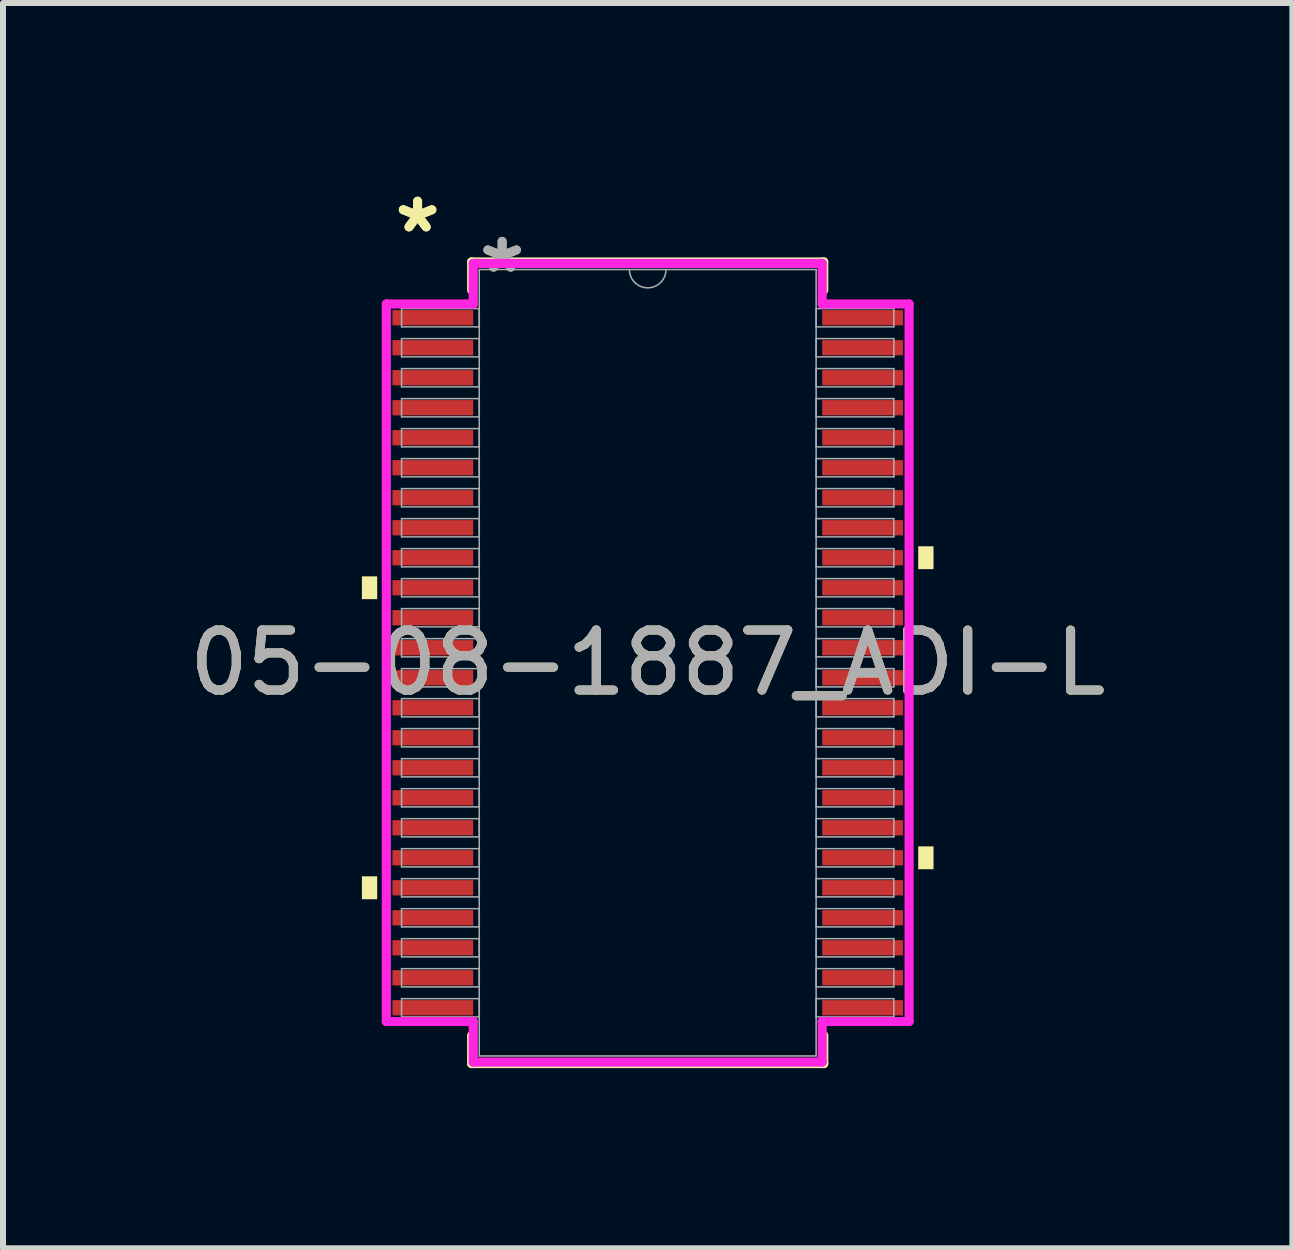
<source format=kicad_pcb>
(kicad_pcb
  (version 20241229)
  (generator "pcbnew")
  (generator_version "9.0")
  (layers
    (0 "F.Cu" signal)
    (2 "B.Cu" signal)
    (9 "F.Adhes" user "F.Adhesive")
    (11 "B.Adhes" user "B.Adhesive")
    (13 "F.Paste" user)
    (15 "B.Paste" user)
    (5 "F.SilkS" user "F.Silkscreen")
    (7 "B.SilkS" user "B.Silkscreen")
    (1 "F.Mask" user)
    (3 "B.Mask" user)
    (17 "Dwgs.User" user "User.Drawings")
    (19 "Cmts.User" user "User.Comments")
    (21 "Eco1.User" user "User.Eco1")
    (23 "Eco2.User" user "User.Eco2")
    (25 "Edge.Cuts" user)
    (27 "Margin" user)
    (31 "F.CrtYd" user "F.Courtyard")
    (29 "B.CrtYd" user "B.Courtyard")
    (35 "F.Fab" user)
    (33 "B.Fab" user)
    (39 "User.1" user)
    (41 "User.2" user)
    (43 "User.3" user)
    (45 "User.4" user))
  (footprint "05-08-1887_ADI-L"
    (layer "F.Cu")
    (at 7.744 7.995)
    (property "Reference" "05-08-1887_ADI-L" (at 0 0 0) (unlocked yes) (layer "F.SilkS") (effects (font (size 1 1) (thickness 0.15))))
    (attr smd)
    (fp_line (start -2.934 -6.68) (end -2.934 -6.21) (stroke (width 0.152) (type solid)) (layer "F.SilkS"))
    (fp_line (start -2.934 6.21) (end -2.934 6.68) (stroke (width 0.152) (type solid)) (layer "F.SilkS"))
    (fp_line (start -2.934 6.68) (end 2.934 6.68) (stroke (width 0.152) (type solid)) (layer "F.SilkS"))
    (fp_line (start 2.934 -6.68) (end -2.934 -6.68) (stroke (width 0.152) (type solid)) (layer "F.SilkS"))
    (fp_line (start 2.934 -6.21) (end 2.934 -6.68) (stroke (width 0.152) (type solid)) (layer "F.SilkS"))
    (fp_line (start 2.934 6.68) (end 2.934 6.21) (stroke (width 0.152) (type solid)) (layer "F.SilkS"))
    (fp_poly (pts (xy -4.763 -1.44) (xy -4.763 -1.06) (xy -4.508 -1.06) (xy -4.508 -1.44)) (stroke (width 0) (type solid)) (fill yes) (layer "F.SilkS"))
    (fp_poly (pts (xy -4.763 3.559) (xy -4.763 3.941) (xy -4.508 3.941) (xy -4.508 3.559)) (stroke (width 0) (type solid)) (fill yes) (layer "F.SilkS"))
    (fp_poly (pts (xy 4.763 -1.941) (xy 4.763 -1.56) (xy 4.508 -1.56) (xy 4.508 -1.941)) (stroke (width 0) (type solid)) (fill yes) (layer "F.SilkS"))
    (fp_poly (pts (xy 4.763 3.06) (xy 4.763 3.441) (xy 4.508 3.441) (xy 4.508 3.06)) (stroke (width 0) (type solid)) (fill yes) (layer "F.SilkS"))
    (fp_line (start -4.356 -5.979) (end -2.908 -5.979) (stroke (width 0.152) (type solid)) (layer "F.CrtYd"))
    (fp_line (start -4.356 5.979) (end -4.356 -5.979) (stroke (width 0.152) (type solid)) (layer "F.CrtYd"))
    (fp_line (start -4.356 5.979) (end -2.908 5.979) (stroke (width 0.152) (type solid)) (layer "F.CrtYd"))
    (fp_line (start -2.908 -6.655) (end 2.908 -6.655) (stroke (width 0.152) (type solid)) (layer "F.CrtYd"))
    (fp_line (start -2.908 -5.979) (end -2.908 -6.655) (stroke (width 0.152) (type solid)) (layer "F.CrtYd"))
    (fp_line (start -2.908 6.655) (end -2.908 5.979) (stroke (width 0.152) (type solid)) (layer "F.CrtYd"))
    (fp_line (start 2.908 -6.655) (end 2.908 -5.979) (stroke (width 0.152) (type solid)) (layer "F.CrtYd"))
    (fp_line (start 2.908 5.979) (end 2.908 6.655) (stroke (width 0.152) (type solid)) (layer "F.CrtYd"))
    (fp_line (start 2.908 6.655) (end -2.908 6.655) (stroke (width 0.152) (type solid)) (layer "F.CrtYd"))
    (fp_line (start 4.356 -5.979) (end 2.908 -5.979) (stroke (width 0.152) (type solid)) (layer "F.CrtYd"))
    (fp_line (start 4.356 -5.979) (end 4.356 5.979) (stroke (width 0.152) (type solid)) (layer "F.CrtYd"))
    (fp_line (start 4.356 5.979) (end 2.908 5.979) (stroke (width 0.152) (type solid)) (layer "F.CrtYd"))
    (fp_line (start -4.102 -5.902) (end -4.102 -5.598) (stroke (width 0.025) (type solid)) (layer "F.Fab"))
    (fp_line (start -4.102 -5.598) (end -2.807 -5.598) (stroke (width 0.025) (type solid)) (layer "F.Fab"))
    (fp_line (start -4.102 -5.402) (end -4.102 -5.098) (stroke (width 0.025) (type solid)) (layer "F.Fab"))
    (fp_line (start -4.102 -5.098) (end -2.807 -5.098) (stroke (width 0.025) (type solid)) (layer "F.Fab"))
    (fp_line (start -4.102 -4.902) (end -4.102 -4.598) (stroke (width 0.025) (type solid)) (layer "F.Fab"))
    (fp_line (start -4.102 -4.598) (end -2.807 -4.598) (stroke (width 0.025) (type solid)) (layer "F.Fab"))
    (fp_line (start -4.102 -4.402) (end -4.102 -4.098) (stroke (width 0.025) (type solid)) (layer "F.Fab"))
    (fp_line (start -4.102 -4.098) (end -2.807 -4.098) (stroke (width 0.025) (type solid)) (layer "F.Fab"))
    (fp_line (start -4.102 -3.902) (end -4.102 -3.598) (stroke (width 0.025) (type solid)) (layer "F.Fab"))
    (fp_line (start -4.102 -3.598) (end -2.807 -3.598) (stroke (width 0.025) (type solid)) (layer "F.Fab"))
    (fp_line (start -4.102 -3.402) (end -4.102 -3.098) (stroke (width 0.025) (type solid)) (layer "F.Fab"))
    (fp_line (start -4.102 -3.098) (end -2.807 -3.098) (stroke (width 0.025) (type solid)) (layer "F.Fab"))
    (fp_line (start -4.102 -2.902) (end -4.102 -2.598) (stroke (width 0.025) (type solid)) (layer "F.Fab"))
    (fp_line (start -4.102 -2.598) (end -2.807 -2.598) (stroke (width 0.025) (type solid)) (layer "F.Fab"))
    (fp_line (start -4.102 -2.402) (end -4.102 -2.098) (stroke (width 0.025) (type solid)) (layer "F.Fab"))
    (fp_line (start -4.102 -2.098) (end -2.807 -2.098) (stroke (width 0.025) (type solid)) (layer "F.Fab"))
    (fp_line (start -4.102 -1.902) (end -4.102 -1.598) (stroke (width 0.025) (type solid)) (layer "F.Fab"))
    (fp_line (start -4.102 -1.598) (end -2.807 -1.598) (stroke (width 0.025) (type solid)) (layer "F.Fab"))
    (fp_line (start -4.102 -1.402) (end -4.102 -1.098) (stroke (width 0.025) (type solid)) (layer "F.Fab"))
    (fp_line (start -4.102 -1.098) (end -2.807 -1.098) (stroke (width 0.025) (type solid)) (layer "F.Fab"))
    (fp_line (start -4.102 -0.902) (end -4.102 -0.598) (stroke (width 0.025) (type solid)) (layer "F.Fab"))
    (fp_line (start -4.102 -0.598) (end -2.807 -0.598) (stroke (width 0.025) (type solid)) (layer "F.Fab"))
    (fp_line (start -4.102 -0.402) (end -4.102 -0.098) (stroke (width 0.025) (type solid)) (layer "F.Fab"))
    (fp_line (start -4.102 -0.098) (end -2.807 -0.098) (stroke (width 0.025) (type solid)) (layer "F.Fab"))
    (fp_line (start -4.102 0.098) (end -4.102 0.402) (stroke (width 0.025) (type solid)) (layer "F.Fab"))
    (fp_line (start -4.102 0.402) (end -2.807 0.402) (stroke (width 0.025) (type solid)) (layer "F.Fab"))
    (fp_line (start -4.102 0.598) (end -4.102 0.902) (stroke (width 0.025) (type solid)) (layer "F.Fab"))
    (fp_line (start -4.102 0.902) (end -2.807 0.902) (stroke (width 0.025) (type solid)) (layer "F.Fab"))
    (fp_line (start -4.102 1.098) (end -4.102 1.402) (stroke (width 0.025) (type solid)) (layer "F.Fab"))
    (fp_line (start -4.102 1.402) (end -2.807 1.402) (stroke (width 0.025) (type solid)) (layer "F.Fab"))
    (fp_line (start -4.102 1.598) (end -4.102 1.902) (stroke (width 0.025) (type solid)) (layer "F.Fab"))
    (fp_line (start -4.102 1.902) (end -2.807 1.902) (stroke (width 0.025) (type solid)) (layer "F.Fab"))
    (fp_line (start -4.102 2.098) (end -4.102 2.402) (stroke (width 0.025) (type solid)) (layer "F.Fab"))
    (fp_line (start -4.102 2.402) (end -2.807 2.402) (stroke (width 0.025) (type solid)) (layer "F.Fab"))
    (fp_line (start -4.102 2.598) (end -4.102 2.902) (stroke (width 0.025) (type solid)) (layer "F.Fab"))
    (fp_line (start -4.102 2.902) (end -2.807 2.902) (stroke (width 0.025) (type solid)) (layer "F.Fab"))
    (fp_line (start -4.102 3.098) (end -4.102 3.402) (stroke (width 0.025) (type solid)) (layer "F.Fab"))
    (fp_line (start -4.102 3.402) (end -2.807 3.402) (stroke (width 0.025) (type solid)) (layer "F.Fab"))
    (fp_line (start -4.102 3.598) (end -4.102 3.902) (stroke (width 0.025) (type solid)) (layer "F.Fab"))
    (fp_line (start -4.102 3.902) (end -2.807 3.902) (stroke (width 0.025) (type solid)) (layer "F.Fab"))
    (fp_line (start -4.102 4.098) (end -4.102 4.402) (stroke (width 0.025) (type solid)) (layer "F.Fab"))
    (fp_line (start -4.102 4.402) (end -2.807 4.402) (stroke (width 0.025) (type solid)) (layer "F.Fab"))
    (fp_line (start -4.102 4.598) (end -4.102 4.902) (stroke (width 0.025) (type solid)) (layer "F.Fab"))
    (fp_line (start -4.102 4.902) (end -2.807 4.902) (stroke (width 0.025) (type solid)) (layer "F.Fab"))
    (fp_line (start -4.102 5.098) (end -4.102 5.402) (stroke (width 0.025) (type solid)) (layer "F.Fab"))
    (fp_line (start -4.102 5.402) (end -2.807 5.402) (stroke (width 0.025) (type solid)) (layer "F.Fab"))
    (fp_line (start -4.102 5.598) (end -4.102 5.902) (stroke (width 0.025) (type solid)) (layer "F.Fab"))
    (fp_line (start -4.102 5.902) (end -2.807 5.902) (stroke (width 0.025) (type solid)) (layer "F.Fab"))
    (fp_line (start -2.807 -6.553) (end -2.807 6.553) (stroke (width 0.025) (type solid)) (layer "F.Fab"))
    (fp_line (start -2.807 -5.902) (end -4.102 -5.902) (stroke (width 0.025) (type solid)) (layer "F.Fab"))
    (fp_line (start -2.807 -5.598) (end -2.807 -5.902) (stroke (width 0.025) (type solid)) (layer "F.Fab"))
    (fp_line (start -2.807 -5.402) (end -4.102 -5.402) (stroke (width 0.025) (type solid)) (layer "F.Fab"))
    (fp_line (start -2.807 -5.098) (end -2.807 -5.402) (stroke (width 0.025) (type solid)) (layer "F.Fab"))
    (fp_line (start -2.807 -4.902) (end -4.102 -4.902) (stroke (width 0.025) (type solid)) (layer "F.Fab"))
    (fp_line (start -2.807 -4.598) (end -2.807 -4.902) (stroke (width 0.025) (type solid)) (layer "F.Fab"))
    (fp_line (start -2.807 -4.402) (end -4.102 -4.402) (stroke (width 0.025) (type solid)) (layer "F.Fab"))
    (fp_line (start -2.807 -4.098) (end -2.807 -4.402) (stroke (width 0.025) (type solid)) (layer "F.Fab"))
    (fp_line (start -2.807 -3.902) (end -4.102 -3.902) (stroke (width 0.025) (type solid)) (layer "F.Fab"))
    (fp_line (start -2.807 -3.598) (end -2.807 -3.902) (stroke (width 0.025) (type solid)) (layer "F.Fab"))
    (fp_line (start -2.807 -3.402) (end -4.102 -3.402) (stroke (width 0.025) (type solid)) (layer "F.Fab"))
    (fp_line (start -2.807 -3.098) (end -2.807 -3.402) (stroke (width 0.025) (type solid)) (layer "F.Fab"))
    (fp_line (start -2.807 -2.902) (end -4.102 -2.902) (stroke (width 0.025) (type solid)) (layer "F.Fab"))
    (fp_line (start -2.807 -2.598) (end -2.807 -2.902) (stroke (width 0.025) (type solid)) (layer "F.Fab"))
    (fp_line (start -2.807 -2.402) (end -4.102 -2.402) (stroke (width 0.025) (type solid)) (layer "F.Fab"))
    (fp_line (start -2.807 -2.098) (end -2.807 -2.402) (stroke (width 0.025) (type solid)) (layer "F.Fab"))
    (fp_line (start -2.807 -1.902) (end -4.102 -1.902) (stroke (width 0.025) (type solid)) (layer "F.Fab"))
    (fp_line (start -2.807 -1.598) (end -2.807 -1.902) (stroke (width 0.025) (type solid)) (layer "F.Fab"))
    (fp_line (start -2.807 -1.402) (end -4.102 -1.402) (stroke (width 0.025) (type solid)) (layer "F.Fab"))
    (fp_line (start -2.807 -1.098) (end -2.807 -1.402) (stroke (width 0.025) (type solid)) (layer "F.Fab"))
    (fp_line (start -2.807 -0.902) (end -4.102 -0.902) (stroke (width 0.025) (type solid)) (layer "F.Fab"))
    (fp_line (start -2.807 -0.598) (end -2.807 -0.902) (stroke (width 0.025) (type solid)) (layer "F.Fab"))
    (fp_line (start -2.807 -0.402) (end -4.102 -0.402) (stroke (width 0.025) (type solid)) (layer "F.Fab"))
    (fp_line (start -2.807 -0.098) (end -2.807 -0.402) (stroke (width 0.025) (type solid)) (layer "F.Fab"))
    (fp_line (start -2.807 0.098) (end -4.102 0.098) (stroke (width 0.025) (type solid)) (layer "F.Fab"))
    (fp_line (start -2.807 0.402) (end -2.807 0.098) (stroke (width 0.025) (type solid)) (layer "F.Fab"))
    (fp_line (start -2.807 0.598) (end -4.102 0.598) (stroke (width 0.025) (type solid)) (layer "F.Fab"))
    (fp_line (start -2.807 0.902) (end -2.807 0.598) (stroke (width 0.025) (type solid)) (layer "F.Fab"))
    (fp_line (start -2.807 1.098) (end -4.102 1.098) (stroke (width 0.025) (type solid)) (layer "F.Fab"))
    (fp_line (start -2.807 1.402) (end -2.807 1.098) (stroke (width 0.025) (type solid)) (layer "F.Fab"))
    (fp_line (start -2.807 1.598) (end -4.102 1.598) (stroke (width 0.025) (type solid)) (layer "F.Fab"))
    (fp_line (start -2.807 1.902) (end -2.807 1.598) (stroke (width 0.025) (type solid)) (layer "F.Fab"))
    (fp_line (start -2.807 2.098) (end -4.102 2.098) (stroke (width 0.025) (type solid)) (layer "F.Fab"))
    (fp_line (start -2.807 2.402) (end -2.807 2.098) (stroke (width 0.025) (type solid)) (layer "F.Fab"))
    (fp_line (start -2.807 2.598) (end -4.102 2.598) (stroke (width 0.025) (type solid)) (layer "F.Fab"))
    (fp_line (start -2.807 2.902) (end -2.807 2.598) (stroke (width 0.025) (type solid)) (layer "F.Fab"))
    (fp_line (start -2.807 3.098) (end -4.102 3.098) (stroke (width 0.025) (type solid)) (layer "F.Fab"))
    (fp_line (start -2.807 3.402) (end -2.807 3.098) (stroke (width 0.025) (type solid)) (layer "F.Fab"))
    (fp_line (start -2.807 3.598) (end -4.102 3.598) (stroke (width 0.025) (type solid)) (layer "F.Fab"))
    (fp_line (start -2.807 3.902) (end -2.807 3.598) (stroke (width 0.025) (type solid)) (layer "F.Fab"))
    (fp_line (start -2.807 4.098) (end -4.102 4.098) (stroke (width 0.025) (type solid)) (layer "F.Fab"))
    (fp_line (start -2.807 4.402) (end -2.807 4.098) (stroke (width 0.025) (type solid)) (layer "F.Fab"))
    (fp_line (start -2.807 4.598) (end -4.102 4.598) (stroke (width 0.025) (type solid)) (layer "F.Fab"))
    (fp_line (start -2.807 4.902) (end -2.807 4.598) (stroke (width 0.025) (type solid)) (layer "F.Fab"))
    (fp_line (start -2.807 5.098) (end -4.102 5.098) (stroke (width 0.025) (type solid)) (layer "F.Fab"))
    (fp_line (start -2.807 5.402) (end -2.807 5.098) (stroke (width 0.025) (type solid)) (layer "F.Fab"))
    (fp_line (start -2.807 5.598) (end -4.102 5.598) (stroke (width 0.025) (type solid)) (layer "F.Fab"))
    (fp_line (start -2.807 5.902) (end -2.807 5.598) (stroke (width 0.025) (type solid)) (layer "F.Fab"))
    (fp_line (start -2.807 6.553) (end 2.807 6.553) (stroke (width 0.025) (type solid)) (layer "F.Fab"))
    (fp_line (start 2.807 -6.553) (end -2.807 -6.553) (stroke (width 0.025) (type solid)) (layer "F.Fab"))
    (fp_line (start 2.807 -5.902) (end 2.807 -5.598) (stroke (width 0.025) (type solid)) (layer "F.Fab"))
    (fp_line (start 2.807 -5.598) (end 4.102 -5.598) (stroke (width 0.025) (type solid)) (layer "F.Fab"))
    (fp_line (start 2.807 -5.402) (end 2.807 -5.098) (stroke (width 0.025) (type solid)) (layer "F.Fab"))
    (fp_line (start 2.807 -5.098) (end 4.102 -5.098) (stroke (width 0.025) (type solid)) (layer "F.Fab"))
    (fp_line (start 2.807 -4.902) (end 2.807 -4.598) (stroke (width 0.025) (type solid)) (layer "F.Fab"))
    (fp_line (start 2.807 -4.598) (end 4.102 -4.598) (stroke (width 0.025) (type solid)) (layer "F.Fab"))
    (fp_line (start 2.807 -4.402) (end 2.807 -4.098) (stroke (width 0.025) (type solid)) (layer "F.Fab"))
    (fp_line (start 2.807 -4.098) (end 4.102 -4.098) (stroke (width 0.025) (type solid)) (layer "F.Fab"))
    (fp_line (start 2.807 -3.902) (end 2.807 -3.598) (stroke (width 0.025) (type solid)) (layer "F.Fab"))
    (fp_line (start 2.807 -3.598) (end 4.102 -3.598) (stroke (width 0.025) (type solid)) (layer "F.Fab"))
    (fp_line (start 2.807 -3.402) (end 2.807 -3.098) (stroke (width 0.025) (type solid)) (layer "F.Fab"))
    (fp_line (start 2.807 -3.098) (end 4.102 -3.098) (stroke (width 0.025) (type solid)) (layer "F.Fab"))
    (fp_line (start 2.807 -2.902) (end 2.807 -2.598) (stroke (width 0.025) (type solid)) (layer "F.Fab"))
    (fp_line (start 2.807 -2.598) (end 4.102 -2.598) (stroke (width 0.025) (type solid)) (layer "F.Fab"))
    (fp_line (start 2.807 -2.402) (end 2.807 -2.098) (stroke (width 0.025) (type solid)) (layer "F.Fab"))
    (fp_line (start 2.807 -2.098) (end 4.102 -2.098) (stroke (width 0.025) (type solid)) (layer "F.Fab"))
    (fp_line (start 2.807 -1.902) (end 2.807 -1.598) (stroke (width 0.025) (type solid)) (layer "F.Fab"))
    (fp_line (start 2.807 -1.598) (end 4.102 -1.598) (stroke (width 0.025) (type solid)) (layer "F.Fab"))
    (fp_line (start 2.807 -1.402) (end 2.807 -1.098) (stroke (width 0.025) (type solid)) (layer "F.Fab"))
    (fp_line (start 2.807 -1.098) (end 4.102 -1.098) (stroke (width 0.025) (type solid)) (layer "F.Fab"))
    (fp_line (start 2.807 -0.902) (end 2.807 -0.598) (stroke (width 0.025) (type solid)) (layer "F.Fab"))
    (fp_line (start 2.807 -0.598) (end 4.102 -0.598) (stroke (width 0.025) (type solid)) (layer "F.Fab"))
    (fp_line (start 2.807 -0.402) (end 2.807 -0.098) (stroke (width 0.025) (type solid)) (layer "F.Fab"))
    (fp_line (start 2.807 -0.098) (end 4.102 -0.098) (stroke (width 0.025) (type solid)) (layer "F.Fab"))
    (fp_line (start 2.807 0.098) (end 2.807 0.402) (stroke (width 0.025) (type solid)) (layer "F.Fab"))
    (fp_line (start 2.807 0.402) (end 4.102 0.402) (stroke (width 0.025) (type solid)) (layer "F.Fab"))
    (fp_line (start 2.807 0.598) (end 2.807 0.902) (stroke (width 0.025) (type solid)) (layer "F.Fab"))
    (fp_line (start 2.807 0.902) (end 4.102 0.902) (stroke (width 0.025) (type solid)) (layer "F.Fab"))
    (fp_line (start 2.807 1.098) (end 2.807 1.402) (stroke (width 0.025) (type solid)) (layer "F.Fab"))
    (fp_line (start 2.807 1.402) (end 4.102 1.402) (stroke (width 0.025) (type solid)) (layer "F.Fab"))
    (fp_line (start 2.807 1.598) (end 2.807 1.902) (stroke (width 0.025) (type solid)) (layer "F.Fab"))
    (fp_line (start 2.807 1.902) (end 4.102 1.902) (stroke (width 0.025) (type solid)) (layer "F.Fab"))
    (fp_line (start 2.807 2.098) (end 2.807 2.402) (stroke (width 0.025) (type solid)) (layer "F.Fab"))
    (fp_line (start 2.807 2.402) (end 4.102 2.402) (stroke (width 0.025) (type solid)) (layer "F.Fab"))
    (fp_line (start 2.807 2.598) (end 2.807 2.902) (stroke (width 0.025) (type solid)) (layer "F.Fab"))
    (fp_line (start 2.807 2.902) (end 4.102 2.902) (stroke (width 0.025) (type solid)) (layer "F.Fab"))
    (fp_line (start 2.807 3.098) (end 2.807 3.402) (stroke (width 0.025) (type solid)) (layer "F.Fab"))
    (fp_line (start 2.807 3.402) (end 4.102 3.402) (stroke (width 0.025) (type solid)) (layer "F.Fab"))
    (fp_line (start 2.807 3.598) (end 2.807 3.902) (stroke (width 0.025) (type solid)) (layer "F.Fab"))
    (fp_line (start 2.807 3.902) (end 4.102 3.902) (stroke (width 0.025) (type solid)) (layer "F.Fab"))
    (fp_line (start 2.807 4.098) (end 2.807 4.402) (stroke (width 0.025) (type solid)) (layer "F.Fab"))
    (fp_line (start 2.807 4.402) (end 4.102 4.402) (stroke (width 0.025) (type solid)) (layer "F.Fab"))
    (fp_line (start 2.807 4.598) (end 2.807 4.902) (stroke (width 0.025) (type solid)) (layer "F.Fab"))
    (fp_line (start 2.807 4.902) (end 4.102 4.902) (stroke (width 0.025) (type solid)) (layer "F.Fab"))
    (fp_line (start 2.807 5.098) (end 2.807 5.402) (stroke (width 0.025) (type solid)) (layer "F.Fab"))
    (fp_line (start 2.807 5.402) (end 4.102 5.402) (stroke (width 0.025) (type solid)) (layer "F.Fab"))
    (fp_line (start 2.807 5.598) (end 2.807 5.902) (stroke (width 0.025) (type solid)) (layer "F.Fab"))
    (fp_line (start 2.807 5.902) (end 4.102 5.902) (stroke (width 0.025) (type solid)) (layer "F.Fab"))
    (fp_line (start 2.807 6.553) (end 2.807 -6.553) (stroke (width 0.025) (type solid)) (layer "F.Fab"))
    (fp_line (start 4.102 -5.902) (end 2.807 -5.902) (stroke (width 0.025) (type solid)) (layer "F.Fab"))
    (fp_line (start 4.102 -5.598) (end 4.102 -5.902) (stroke (width 0.025) (type solid)) (layer "F.Fab"))
    (fp_line (start 4.102 -5.402) (end 2.807 -5.402) (stroke (width 0.025) (type solid)) (layer "F.Fab"))
    (fp_line (start 4.102 -5.098) (end 4.102 -5.402) (stroke (width 0.025) (type solid)) (layer "F.Fab"))
    (fp_line (start 4.102 -4.902) (end 2.807 -4.902) (stroke (width 0.025) (type solid)) (layer "F.Fab"))
    (fp_line (start 4.102 -4.598) (end 4.102 -4.902) (stroke (width 0.025) (type solid)) (layer "F.Fab"))
    (fp_line (start 4.102 -4.402) (end 2.807 -4.402) (stroke (width 0.025) (type solid)) (layer "F.Fab"))
    (fp_line (start 4.102 -4.098) (end 4.102 -4.402) (stroke (width 0.025) (type solid)) (layer "F.Fab"))
    (fp_line (start 4.102 -3.902) (end 2.807 -3.902) (stroke (width 0.025) (type solid)) (layer "F.Fab"))
    (fp_line (start 4.102 -3.598) (end 4.102 -3.902) (stroke (width 0.025) (type solid)) (layer "F.Fab"))
    (fp_line (start 4.102 -3.402) (end 2.807 -3.402) (stroke (width 0.025) (type solid)) (layer "F.Fab"))
    (fp_line (start 4.102 -3.098) (end 4.102 -3.402) (stroke (width 0.025) (type solid)) (layer "F.Fab"))
    (fp_line (start 4.102 -2.902) (end 2.807 -2.902) (stroke (width 0.025) (type solid)) (layer "F.Fab"))
    (fp_line (start 4.102 -2.598) (end 4.102 -2.902) (stroke (width 0.025) (type solid)) (layer "F.Fab"))
    (fp_line (start 4.102 -2.402) (end 2.807 -2.402) (stroke (width 0.025) (type solid)) (layer "F.Fab"))
    (fp_line (start 4.102 -2.098) (end 4.102 -2.402) (stroke (width 0.025) (type solid)) (layer "F.Fab"))
    (fp_line (start 4.102 -1.902) (end 2.807 -1.902) (stroke (width 0.025) (type solid)) (layer "F.Fab"))
    (fp_line (start 4.102 -1.598) (end 4.102 -1.902) (stroke (width 0.025) (type solid)) (layer "F.Fab"))
    (fp_line (start 4.102 -1.402) (end 2.807 -1.402) (stroke (width 0.025) (type solid)) (layer "F.Fab"))
    (fp_line (start 4.102 -1.098) (end 4.102 -1.402) (stroke (width 0.025) (type solid)) (layer "F.Fab"))
    (fp_line (start 4.102 -0.902) (end 2.807 -0.902) (stroke (width 0.025) (type solid)) (layer "F.Fab"))
    (fp_line (start 4.102 -0.598) (end 4.102 -0.902) (stroke (width 0.025) (type solid)) (layer "F.Fab"))
    (fp_line (start 4.102 -0.402) (end 2.807 -0.402) (stroke (width 0.025) (type solid)) (layer "F.Fab"))
    (fp_line (start 4.102 -0.098) (end 4.102 -0.402) (stroke (width 0.025) (type solid)) (layer "F.Fab"))
    (fp_line (start 4.102 0.098) (end 2.807 0.098) (stroke (width 0.025) (type solid)) (layer "F.Fab"))
    (fp_line (start 4.102 0.402) (end 4.102 0.098) (stroke (width 0.025) (type solid)) (layer "F.Fab"))
    (fp_line (start 4.102 0.598) (end 2.807 0.598) (stroke (width 0.025) (type solid)) (layer "F.Fab"))
    (fp_line (start 4.102 0.902) (end 4.102 0.598) (stroke (width 0.025) (type solid)) (layer "F.Fab"))
    (fp_line (start 4.102 1.098) (end 2.807 1.098) (stroke (width 0.025) (type solid)) (layer "F.Fab"))
    (fp_line (start 4.102 1.402) (end 4.102 1.098) (stroke (width 0.025) (type solid)) (layer "F.Fab"))
    (fp_line (start 4.102 1.598) (end 2.807 1.598) (stroke (width 0.025) (type solid)) (layer "F.Fab"))
    (fp_line (start 4.102 1.902) (end 4.102 1.598) (stroke (width 0.025) (type solid)) (layer "F.Fab"))
    (fp_line (start 4.102 2.098) (end 2.807 2.098) (stroke (width 0.025) (type solid)) (layer "F.Fab"))
    (fp_line (start 4.102 2.402) (end 4.102 2.098) (stroke (width 0.025) (type solid)) (layer "F.Fab"))
    (fp_line (start 4.102 2.598) (end 2.807 2.598) (stroke (width 0.025) (type solid)) (layer "F.Fab"))
    (fp_line (start 4.102 2.902) (end 4.102 2.598) (stroke (width 0.025) (type solid)) (layer "F.Fab"))
    (fp_line (start 4.102 3.098) (end 2.807 3.098) (stroke (width 0.025) (type solid)) (layer "F.Fab"))
    (fp_line (start 4.102 3.402) (end 4.102 3.098) (stroke (width 0.025) (type solid)) (layer "F.Fab"))
    (fp_line (start 4.102 3.598) (end 2.807 3.598) (stroke (width 0.025) (type solid)) (layer "F.Fab"))
    (fp_line (start 4.102 3.902) (end 4.102 3.598) (stroke (width 0.025) (type solid)) (layer "F.Fab"))
    (fp_line (start 4.102 4.098) (end 2.807 4.098) (stroke (width 0.025) (type solid)) (layer "F.Fab"))
    (fp_line (start 4.102 4.402) (end 4.102 4.098) (stroke (width 0.025) (type solid)) (layer "F.Fab"))
    (fp_line (start 4.102 4.598) (end 2.807 4.598) (stroke (width 0.025) (type solid)) (layer "F.Fab"))
    (fp_line (start 4.102 4.902) (end 4.102 4.598) (stroke (width 0.025) (type solid)) (layer "F.Fab"))
    (fp_line (start 4.102 5.098) (end 2.807 5.098) (stroke (width 0.025) (type solid)) (layer "F.Fab"))
    (fp_line (start 4.102 5.402) (end 4.102 5.098) (stroke (width 0.025) (type solid)) (layer "F.Fab"))
    (fp_line (start 4.102 5.598) (end 2.807 5.598) (stroke (width 0.025) (type solid)) (layer "F.Fab"))
    (fp_line (start 4.102 5.902) (end 4.102 5.598) (stroke (width 0.025) (type solid)) (layer "F.Fab"))
    (fp_arc (start 0.3048 -6.5532) (mid 0 -6.2484) (end -0.3048 -6.5532) (stroke (width 0.0254) (type solid)) (layer "F.Fab"))
    (fp_text user "*" (at -3.835 -7.147 0) (unlocked yes) (layer "F.SilkS") (effects (font (size 1 1) (thickness 0.15))))
    (fp_text user "*" (at -3.835 -7.147 0) (layer "F.SilkS") (effects (font (size 1 1) (thickness 0.15))))
    (fp_text user "${REFERENCE}" (at 0 0 0) (unlocked yes) (layer "F.Fab") (effects (font (size 1 1) (thickness 0.15))))
    (fp_text user "*" (at -2.426 -6.477 0) (unlocked yes) (layer "F.Fab") (effects (font (size 1 1) (thickness 0.15))))
    (fp_text user "*" (at -2.426 -6.477 0) (layer "F.Fab") (effects (font (size 1 1) (thickness 0.15))))
    (pad "1" smd rect (at -3.581 -5.75) (size 1.346 0.254) (layers "F.Cu" "F.Mask" "F.Paste"))
    (pad "2" smd rect (at -3.581 -5.25) (size 1.346 0.254) (layers "F.Cu" "F.Mask" "F.Paste"))
    (pad "3" smd rect (at -3.581 -4.75) (size 1.346 0.254) (layers "F.Cu" "F.Mask" "F.Paste"))
    (pad "4" smd rect (at -3.581 -4.25) (size 1.346 0.254) (layers "F.Cu" "F.Mask" "F.Paste"))
    (pad "5" smd rect (at -3.581 -3.75) (size 1.346 0.254) (layers "F.Cu" "F.Mask" "F.Paste"))
    (pad "6" smd rect (at -3.581 -3.25) (size 1.346 0.254) (layers "F.Cu" "F.Mask" "F.Paste"))
    (pad "7" smd rect (at -3.581 -2.75) (size 1.346 0.254) (layers "F.Cu" "F.Mask" "F.Paste"))
    (pad "8" smd rect (at -3.581 -2.25) (size 1.346 0.254) (layers "F.Cu" "F.Mask" "F.Paste"))
    (pad "9" smd rect (at -3.581 -1.75) (size 1.346 0.254) (layers "F.Cu" "F.Mask" "F.Paste"))
    (pad "10" smd rect (at -3.581 -1.25) (size 1.346 0.254) (layers "F.Cu" "F.Mask" "F.Paste"))
    (pad "11" smd rect (at -3.581 -0.75) (size 1.346 0.254) (layers "F.Cu" "F.Mask" "F.Paste"))
    (pad "12" smd rect (at -3.581 -0.25) (size 1.346 0.254) (layers "F.Cu" "F.Mask" "F.Paste"))
    (pad "13" smd rect (at -3.581 0.25) (size 1.346 0.254) (layers "F.Cu" "F.Mask" "F.Paste"))
    (pad "14" smd rect (at -3.581 0.75) (size 1.346 0.254) (layers "F.Cu" "F.Mask" "F.Paste"))
    (pad "15" smd rect (at -3.581 1.25) (size 1.346 0.254) (layers "F.Cu" "F.Mask" "F.Paste"))
    (pad "16" smd rect (at -3.581 1.75) (size 1.346 0.254) (layers "F.Cu" "F.Mask" "F.Paste"))
    (pad "17" smd rect (at -3.581 2.25) (size 1.346 0.254) (layers "F.Cu" "F.Mask" "F.Paste"))
    (pad "18" smd rect (at -3.581 2.75) (size 1.346 0.254) (layers "F.Cu" "F.Mask" "F.Paste"))
    (pad "19" smd rect (at -3.581 3.25) (size 1.346 0.254) (layers "F.Cu" "F.Mask" "F.Paste"))
    (pad "20" smd rect (at -3.581 3.75) (size 1.346 0.254) (layers "F.Cu" "F.Mask" "F.Paste"))
    (pad "21" smd rect (at -3.581 4.25) (size 1.346 0.254) (layers "F.Cu" "F.Mask" "F.Paste"))
    (pad "22" smd rect (at -3.581 4.75) (size 1.346 0.254) (layers "F.Cu" "F.Mask" "F.Paste"))
    (pad "23" smd rect (at -3.581 5.25) (size 1.346 0.254) (layers "F.Cu" "F.Mask" "F.Paste"))
    (pad "24" smd rect (at -3.581 5.75) (size 1.346 0.254) (layers "F.Cu" "F.Mask" "F.Paste"))
    (pad "25" smd rect (at 3.581 5.75) (size 1.346 0.254) (layers "F.Cu" "F.Mask" "F.Paste"))
    (pad "26" smd rect (at 3.581 5.25) (size 1.346 0.254) (layers "F.Cu" "F.Mask" "F.Paste"))
    (pad "27" smd rect (at 3.581 4.75) (size 1.346 0.254) (layers "F.Cu" "F.Mask" "F.Paste"))
    (pad "28" smd rect (at 3.581 4.25) (size 1.346 0.254) (layers "F.Cu" "F.Mask" "F.Paste"))
    (pad "29" smd rect (at 3.581 3.75) (size 1.346 0.254) (layers "F.Cu" "F.Mask" "F.Paste"))
    (pad "30" smd rect (at 3.581 3.25) (size 1.346 0.254) (layers "F.Cu" "F.Mask" "F.Paste"))
    (pad "31" smd rect (at 3.581 2.75) (size 1.346 0.254) (layers "F.Cu" "F.Mask" "F.Paste"))
    (pad "32" smd rect (at 3.581 2.25) (size 1.346 0.254) (layers "F.Cu" "F.Mask" "F.Paste"))
    (pad "33" smd rect (at 3.581 1.75) (size 1.346 0.254) (layers "F.Cu" "F.Mask" "F.Paste"))
    (pad "34" smd rect (at 3.581 1.25) (size 1.346 0.254) (layers "F.Cu" "F.Mask" "F.Paste"))
    (pad "35" smd rect (at 3.581 0.75) (size 1.346 0.254) (layers "F.Cu" "F.Mask" "F.Paste"))
    (pad "36" smd rect (at 3.581 0.25) (size 1.346 0.254) (layers "F.Cu" "F.Mask" "F.Paste"))
    (pad "37" smd rect (at 3.581 -0.25) (size 1.346 0.254) (layers "F.Cu" "F.Mask" "F.Paste"))
    (pad "38" smd rect (at 3.581 -0.75) (size 1.346 0.254) (layers "F.Cu" "F.Mask" "F.Paste"))
    (pad "39" smd rect (at 3.581 -1.25) (size 1.346 0.254) (layers "F.Cu" "F.Mask" "F.Paste"))
    (pad "40" smd rect (at 3.581 -1.75) (size 1.346 0.254) (layers "F.Cu" "F.Mask" "F.Paste"))
    (pad "41" smd rect (at 3.581 -2.25) (size 1.346 0.254) (layers "F.Cu" "F.Mask" "F.Paste"))
    (pad "42" smd rect (at 3.581 -2.75) (size 1.346 0.254) (layers "F.Cu" "F.Mask" "F.Paste"))
    (pad "43" smd rect (at 3.581 -3.25) (size 1.346 0.254) (layers "F.Cu" "F.Mask" "F.Paste"))
    (pad "44" smd rect (at 3.581 -3.75) (size 1.346 0.254) (layers "F.Cu" "F.Mask" "F.Paste"))
    (pad "45" smd rect (at 3.581 -4.25) (size 1.346 0.254) (layers "F.Cu" "F.Mask" "F.Paste"))
    (pad "46" smd rect (at 3.581 -4.75) (size 1.346 0.254) (layers "F.Cu" "F.Mask" "F.Paste"))
    (pad "47" smd rect (at 3.581 -5.25) (size 1.346 0.254) (layers "F.Cu" "F.Mask" "F.Paste"))
    (pad "48" smd rect (at 3.581 -5.75) (size 1.346 0.254) (layers "F.Cu" "F.Mask" "F.Paste")))
  (gr_rect
    (start -3 -3)
    (end 18.488 17.752)
    (stroke (width 0.1) (type default))
    (fill no)
    (layer "Edge.Cuts")))
</source>
